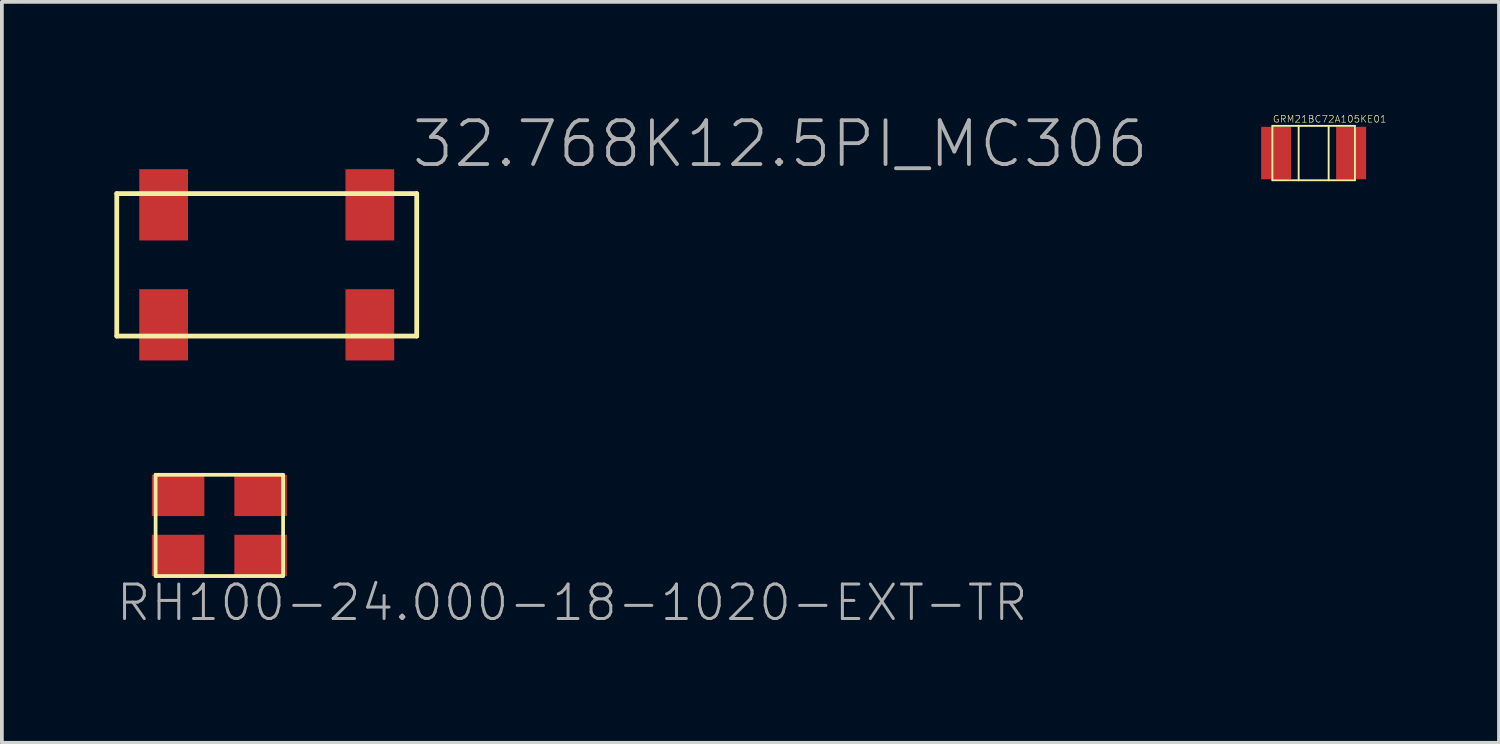
<source format=kicad_pcb>
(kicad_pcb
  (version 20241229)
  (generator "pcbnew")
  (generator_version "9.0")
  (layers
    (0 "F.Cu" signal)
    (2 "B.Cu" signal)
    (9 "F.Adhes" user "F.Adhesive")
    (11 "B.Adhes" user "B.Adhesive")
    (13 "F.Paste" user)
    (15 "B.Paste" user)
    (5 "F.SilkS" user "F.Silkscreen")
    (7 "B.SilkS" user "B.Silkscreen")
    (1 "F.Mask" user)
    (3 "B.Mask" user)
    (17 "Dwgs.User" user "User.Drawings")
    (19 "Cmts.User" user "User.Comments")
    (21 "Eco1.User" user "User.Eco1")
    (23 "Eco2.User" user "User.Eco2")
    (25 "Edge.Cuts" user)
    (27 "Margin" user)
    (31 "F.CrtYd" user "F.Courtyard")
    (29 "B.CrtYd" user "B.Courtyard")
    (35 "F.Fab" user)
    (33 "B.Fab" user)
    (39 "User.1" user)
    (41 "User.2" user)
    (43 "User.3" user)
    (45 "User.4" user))
  (footprint "GRM21BC72A105KE01"
    (layer "F.Cu")
    (at 31.985 1.032)
    (property "Reference" "GRM21BC72A105KE01" (at -1.1 -0.8 0) (layer "F.SilkS") (effects (font (size 0.184 0.184) (thickness 0.016)) (justify left bottom)))
    (fp_line (start -1.1 -0.725) (end -1.1 0.725) (stroke (width 0.05) (type solid)) (layer "F.SilkS"))
    (fp_line (start -1.1 0.725) (end -0.4 0.725) (stroke (width 0.05) (type solid)) (layer "F.SilkS"))
    (fp_line (start -0.4 -0.725) (end -1.1 -0.725) (stroke (width 0.05) (type solid)) (layer "F.SilkS"))
    (fp_line (start -0.4 -0.725) (end -0.4 0.725) (stroke (width 0.05) (type solid)) (layer "F.SilkS"))
    (fp_line (start -0.4 0.725) (end 0.4 0.725) (stroke (width 0.05) (type solid)) (layer "F.SilkS"))
    (fp_line (start 0.4 -0.725) (end -0.4 -0.725) (stroke (width 0.05) (type solid)) (layer "F.SilkS"))
    (fp_line (start 0.4 -0.725) (end 0.4 0.725) (stroke (width 0.05) (type solid)) (layer "F.SilkS"))
    (fp_line (start 0.4 0.725) (end 1.1 0.725) (stroke (width 0.05) (type solid)) (layer "F.SilkS"))
    (fp_line (start 1.1 -0.725) (end 0.4 -0.725) (stroke (width 0.05) (type solid)) (layer "F.SilkS"))
    (fp_line (start 1.1 0.725) (end 1.1 -0.725) (stroke (width 0.05) (type solid)) (layer "F.SilkS"))
    (pad "P$1" smd rect (at -1 0) (size 0.8 1.4) (layers "F.Cu" "F.Mask" "F.Paste"))
    (pad "P$2" smd rect (at 1 0) (size 0.8 1.4) (layers "F.Cu" "F.Mask" "F.Paste")))
  (footprint "RH100-24.000-18-1020-EXT-TR"
    (layer "F.Cu")
    (at 2.8 10.963)
    (property "Reference" "RH100-24.000-18-1020-EXT-TR" (at -2.8 2.6 0) (layer "F.Fab") (effects (font (size 0.92 0.92) (thickness 0.08)) (justify left bottom)))
    (fp_line (start -1.7 -1.35) (end -1.7 1.35) (stroke (width 0.1) (type solid)) (layer "F.SilkS"))
    (fp_line (start -1.7 1.35) (end 1.7 1.35) (stroke (width 0.1) (type solid)) (layer "F.SilkS"))
    (fp_line (start 1.7 -1.35) (end -1.7 -1.35) (stroke (width 0.1) (type solid)) (layer "F.SilkS"))
    (fp_line (start 1.7 1.35) (end 1.7 -1.35) (stroke (width 0.1) (type solid)) (layer "F.SilkS"))
    (pad "1" smd rect (at -1.1 0.8) (size 1.4 1.1) (layers "F.Cu" "F.Mask" "F.Paste"))
    (pad "2" smd rect (at 1.1 0.8) (size 1.4 1.1) (layers "F.Cu" "F.Mask" "F.Paste"))
    (pad "3" smd rect (at 1.1 -0.8) (size 1.4 1.1) (layers "F.Cu" "F.Mask" "F.Paste"))
    (pad "4" smd rect (at -1.1 -0.8) (size 1.4 1.1) (layers "F.Cu" "F.Mask" "F.Paste")))
  (footprint "32.768K12.5PI_MC306"
    (layer "F.Cu")
    (at 4.064 4.013)
    (property "Reference" "32.768K12.5PI_MC306" (at 3.81 -2.54 0) (layer "F.Fab") (effects (font (size 1.168 1.168) (thickness 0.102)) (justify left bottom)))
    (fp_line (start -4 -1.9) (end -4 1.9) (stroke (width 0.127) (type solid)) (layer "F.SilkS"))
    (fp_line (start -4 -1.9) (end 4 -1.9) (stroke (width 0.127) (type solid)) (layer "F.SilkS"))
    (fp_line (start -4 1.9) (end 4 1.9) (stroke (width 0.127) (type solid)) (layer "F.SilkS"))
    (fp_line (start 4 -1.9) (end 4 1.9) (stroke (width 0.127) (type solid)) (layer "F.SilkS"))
    (pad "1" smd rect (at -2.75 1.6 180) (size 1.3 1.9) (layers "F.Cu" "F.Mask" "F.Paste"))
    (pad "2" smd rect (at 2.75 1.6 180) (size 1.3 1.9) (layers "F.Cu" "F.Mask" "F.Paste"))
    (pad "3" smd rect (at 2.75 -1.6 180) (size 1.3 1.9) (layers "F.Cu" "F.Mask" "F.Paste"))
    (pad "4" smd rect (at -2.75 -1.6 180) (size 1.3 1.9) (layers "F.Cu" "F.Mask" "F.Paste")))
  (gr_rect
    (start -3 -3)
    (end 36.928 16.76)
    (stroke (width 0.1) (type default))
    (fill no)
    (layer "Edge.Cuts")))
</source>
